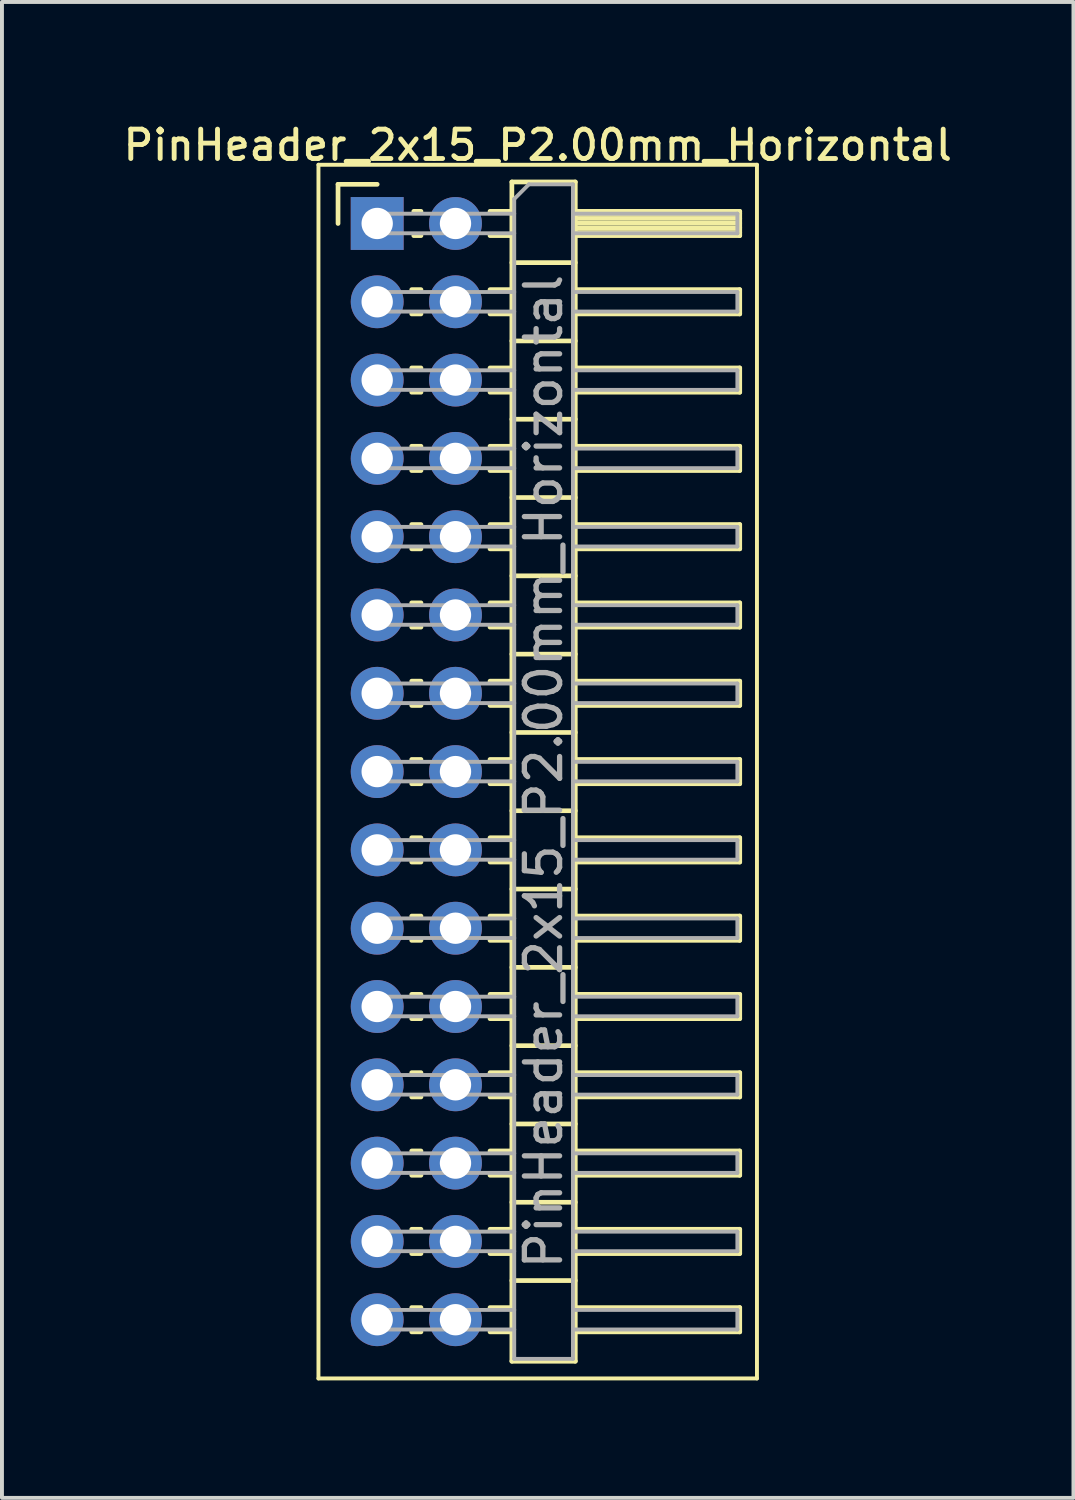
<source format=kicad_pcb>
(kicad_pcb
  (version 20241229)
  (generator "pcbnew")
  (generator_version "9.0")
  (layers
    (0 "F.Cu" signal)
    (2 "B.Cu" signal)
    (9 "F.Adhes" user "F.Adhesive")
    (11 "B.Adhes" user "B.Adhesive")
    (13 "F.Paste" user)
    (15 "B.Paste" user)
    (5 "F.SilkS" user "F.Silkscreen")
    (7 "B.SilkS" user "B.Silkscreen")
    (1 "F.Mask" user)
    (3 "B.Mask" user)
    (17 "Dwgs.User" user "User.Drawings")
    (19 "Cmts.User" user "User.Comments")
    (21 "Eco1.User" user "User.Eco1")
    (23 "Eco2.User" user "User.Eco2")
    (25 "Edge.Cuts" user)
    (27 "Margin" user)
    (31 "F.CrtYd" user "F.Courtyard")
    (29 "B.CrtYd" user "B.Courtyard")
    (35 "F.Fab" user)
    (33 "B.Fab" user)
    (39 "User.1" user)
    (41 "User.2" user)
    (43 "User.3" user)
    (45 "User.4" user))
  (footprint "PinHeader_2x15_P2.00mm_Horizontal"
    (layer "F.Cu")
    (at 6.584 2.658)
    (property "Reference" "PinHeader_2x15_P2.00mm_Horizontal" (at 4.1 -2 0) (layer "F.SilkS") (effects (font (size 0.75 0.75) (thickness 0.125))))
    (attr through_hole)
    (fp_line (start -1.5 -1.5) (end -1.5 29.5) (stroke (width 0.1) (type solid)) (layer "F.SilkS"))
    (fp_line (start -1.5 29.5) (end 9.7 29.5) (stroke (width 0.1) (type solid)) (layer "F.SilkS"))
    (fp_line (start -1 -1) (end 0 -1) (stroke (width 0.12) (type solid)) (layer "F.SilkS"))
    (fp_line (start -1 0) (end -1 -1) (stroke (width 0.12) (type solid)) (layer "F.SilkS"))
    (fp_line (start 0.882 1.69) (end 1.118 1.69) (stroke (width 0.12) (type solid)) (layer "F.SilkS"))
    (fp_line (start 0.882 2.31) (end 1.118 2.31) (stroke (width 0.12) (type solid)) (layer "F.SilkS"))
    (fp_line (start 0.882 3.69) (end 1.118 3.69) (stroke (width 0.12) (type solid)) (layer "F.SilkS"))
    (fp_line (start 0.882 4.31) (end 1.118 4.31) (stroke (width 0.12) (type solid)) (layer "F.SilkS"))
    (fp_line (start 0.882 5.69) (end 1.118 5.69) (stroke (width 0.12) (type solid)) (layer "F.SilkS"))
    (fp_line (start 0.882 6.31) (end 1.118 6.31) (stroke (width 0.12) (type solid)) (layer "F.SilkS"))
    (fp_line (start 0.882 7.69) (end 1.118 7.69) (stroke (width 0.12) (type solid)) (layer "F.SilkS"))
    (fp_line (start 0.882 8.31) (end 1.118 8.31) (stroke (width 0.12) (type solid)) (layer "F.SilkS"))
    (fp_line (start 0.882 9.69) (end 1.118 9.69) (stroke (width 0.12) (type solid)) (layer "F.SilkS"))
    (fp_line (start 0.882 10.31) (end 1.118 10.31) (stroke (width 0.12) (type solid)) (layer "F.SilkS"))
    (fp_line (start 0.882 11.69) (end 1.118 11.69) (stroke (width 0.12) (type solid)) (layer "F.SilkS"))
    (fp_line (start 0.882 12.31) (end 1.118 12.31) (stroke (width 0.12) (type solid)) (layer "F.SilkS"))
    (fp_line (start 0.882 13.69) (end 1.118 13.69) (stroke (width 0.12) (type solid)) (layer "F.SilkS"))
    (fp_line (start 0.882 14.31) (end 1.118 14.31) (stroke (width 0.12) (type solid)) (layer "F.SilkS"))
    (fp_line (start 0.882 15.69) (end 1.118 15.69) (stroke (width 0.12) (type solid)) (layer "F.SilkS"))
    (fp_line (start 0.882 16.31) (end 1.118 16.31) (stroke (width 0.12) (type solid)) (layer "F.SilkS"))
    (fp_line (start 0.882 17.69) (end 1.118 17.69) (stroke (width 0.12) (type solid)) (layer "F.SilkS"))
    (fp_line (start 0.882 18.31) (end 1.118 18.31) (stroke (width 0.12) (type solid)) (layer "F.SilkS"))
    (fp_line (start 0.882 19.69) (end 1.118 19.69) (stroke (width 0.12) (type solid)) (layer "F.SilkS"))
    (fp_line (start 0.882 20.31) (end 1.118 20.31) (stroke (width 0.12) (type solid)) (layer "F.SilkS"))
    (fp_line (start 0.882 21.69) (end 1.118 21.69) (stroke (width 0.12) (type solid)) (layer "F.SilkS"))
    (fp_line (start 0.882 22.31) (end 1.118 22.31) (stroke (width 0.12) (type solid)) (layer "F.SilkS"))
    (fp_line (start 0.882 23.69) (end 1.118 23.69) (stroke (width 0.12) (type solid)) (layer "F.SilkS"))
    (fp_line (start 0.882 24.31) (end 1.118 24.31) (stroke (width 0.12) (type solid)) (layer "F.SilkS"))
    (fp_line (start 0.882 25.69) (end 1.118 25.69) (stroke (width 0.12) (type solid)) (layer "F.SilkS"))
    (fp_line (start 0.882 26.31) (end 1.118 26.31) (stroke (width 0.12) (type solid)) (layer "F.SilkS"))
    (fp_line (start 0.882 27.69) (end 1.118 27.69) (stroke (width 0.12) (type solid)) (layer "F.SilkS"))
    (fp_line (start 0.882 28.31) (end 1.118 28.31) (stroke (width 0.12) (type solid)) (layer "F.SilkS"))
    (fp_line (start 0.935 -0.31) (end 1.118 -0.31) (stroke (width 0.12) (type solid)) (layer "F.SilkS"))
    (fp_line (start 0.935 0.31) (end 1.118 0.31) (stroke (width 0.12) (type solid)) (layer "F.SilkS"))
    (fp_line (start 2.882 -0.31) (end 3.44 -0.31) (stroke (width 0.12) (type solid)) (layer "F.SilkS"))
    (fp_line (start 2.882 0.31) (end 3.44 0.31) (stroke (width 0.12) (type solid)) (layer "F.SilkS"))
    (fp_line (start 2.882 1.69) (end 3.44 1.69) (stroke (width 0.12) (type solid)) (layer "F.SilkS"))
    (fp_line (start 2.882 2.31) (end 3.44 2.31) (stroke (width 0.12) (type solid)) (layer "F.SilkS"))
    (fp_line (start 2.882 3.69) (end 3.44 3.69) (stroke (width 0.12) (type solid)) (layer "F.SilkS"))
    (fp_line (start 2.882 4.31) (end 3.44 4.31) (stroke (width 0.12) (type solid)) (layer "F.SilkS"))
    (fp_line (start 2.882 5.69) (end 3.44 5.69) (stroke (width 0.12) (type solid)) (layer "F.SilkS"))
    (fp_line (start 2.882 6.31) (end 3.44 6.31) (stroke (width 0.12) (type solid)) (layer "F.SilkS"))
    (fp_line (start 2.882 7.69) (end 3.44 7.69) (stroke (width 0.12) (type solid)) (layer "F.SilkS"))
    (fp_line (start 2.882 8.31) (end 3.44 8.31) (stroke (width 0.12) (type solid)) (layer "F.SilkS"))
    (fp_line (start 2.882 9.69) (end 3.44 9.69) (stroke (width 0.12) (type solid)) (layer "F.SilkS"))
    (fp_line (start 2.882 10.31) (end 3.44 10.31) (stroke (width 0.12) (type solid)) (layer "F.SilkS"))
    (fp_line (start 2.882 11.69) (end 3.44 11.69) (stroke (width 0.12) (type solid)) (layer "F.SilkS"))
    (fp_line (start 2.882 12.31) (end 3.44 12.31) (stroke (width 0.12) (type solid)) (layer "F.SilkS"))
    (fp_line (start 2.882 13.69) (end 3.44 13.69) (stroke (width 0.12) (type solid)) (layer "F.SilkS"))
    (fp_line (start 2.882 14.31) (end 3.44 14.31) (stroke (width 0.12) (type solid)) (layer "F.SilkS"))
    (fp_line (start 2.882 15.69) (end 3.44 15.69) (stroke (width 0.12) (type solid)) (layer "F.SilkS"))
    (fp_line (start 2.882 16.31) (end 3.44 16.31) (stroke (width 0.12) (type solid)) (layer "F.SilkS"))
    (fp_line (start 2.882 17.69) (end 3.44 17.69) (stroke (width 0.12) (type solid)) (layer "F.SilkS"))
    (fp_line (start 2.882 18.31) (end 3.44 18.31) (stroke (width 0.12) (type solid)) (layer "F.SilkS"))
    (fp_line (start 2.882 19.69) (end 3.44 19.69) (stroke (width 0.12) (type solid)) (layer "F.SilkS"))
    (fp_line (start 2.882 20.31) (end 3.44 20.31) (stroke (width 0.12) (type solid)) (layer "F.SilkS"))
    (fp_line (start 2.882 21.69) (end 3.44 21.69) (stroke (width 0.12) (type solid)) (layer "F.SilkS"))
    (fp_line (start 2.882 22.31) (end 3.44 22.31) (stroke (width 0.12) (type solid)) (layer "F.SilkS"))
    (fp_line (start 2.882 23.69) (end 3.44 23.69) (stroke (width 0.12) (type solid)) (layer "F.SilkS"))
    (fp_line (start 2.882 24.31) (end 3.44 24.31) (stroke (width 0.12) (type solid)) (layer "F.SilkS"))
    (fp_line (start 2.882 25.69) (end 3.44 25.69) (stroke (width 0.12) (type solid)) (layer "F.SilkS"))
    (fp_line (start 2.882 26.31) (end 3.44 26.31) (stroke (width 0.12) (type solid)) (layer "F.SilkS"))
    (fp_line (start 2.882 27.69) (end 3.44 27.69) (stroke (width 0.12) (type solid)) (layer "F.SilkS"))
    (fp_line (start 2.882 28.31) (end 3.44 28.31) (stroke (width 0.12) (type solid)) (layer "F.SilkS"))
    (fp_line (start 3.44 -1.06) (end 3.44 29.06) (stroke (width 0.12) (type solid)) (layer "F.SilkS"))
    (fp_line (start 3.44 1) (end 5.06 1) (stroke (width 0.12) (type solid)) (layer "F.SilkS"))
    (fp_line (start 3.44 3) (end 5.06 3) (stroke (width 0.12) (type solid)) (layer "F.SilkS"))
    (fp_line (start 3.44 5) (end 5.06 5) (stroke (width 0.12) (type solid)) (layer "F.SilkS"))
    (fp_line (start 3.44 7) (end 5.06 7) (stroke (width 0.12) (type solid)) (layer "F.SilkS"))
    (fp_line (start 3.44 9) (end 5.06 9) (stroke (width 0.12) (type solid)) (layer "F.SilkS"))
    (fp_line (start 3.44 11) (end 5.06 11) (stroke (width 0.12) (type solid)) (layer "F.SilkS"))
    (fp_line (start 3.44 13) (end 5.06 13) (stroke (width 0.12) (type solid)) (layer "F.SilkS"))
    (fp_line (start 3.44 15) (end 5.06 15) (stroke (width 0.12) (type solid)) (layer "F.SilkS"))
    (fp_line (start 3.44 17) (end 5.06 17) (stroke (width 0.12) (type solid)) (layer "F.SilkS"))
    (fp_line (start 3.44 19) (end 5.06 19) (stroke (width 0.12) (type solid)) (layer "F.SilkS"))
    (fp_line (start 3.44 21) (end 5.06 21) (stroke (width 0.12) (type solid)) (layer "F.SilkS"))
    (fp_line (start 3.44 23) (end 5.06 23) (stroke (width 0.12) (type solid)) (layer "F.SilkS"))
    (fp_line (start 3.44 25) (end 5.06 25) (stroke (width 0.12) (type solid)) (layer "F.SilkS"))
    (fp_line (start 3.44 27) (end 5.06 27) (stroke (width 0.12) (type solid)) (layer "F.SilkS"))
    (fp_line (start 3.44 29.06) (end 5.06 29.06) (stroke (width 0.12) (type solid)) (layer "F.SilkS"))
    (fp_line (start 5.06 -1.06) (end 3.44 -1.06) (stroke (width 0.12) (type solid)) (layer "F.SilkS"))
    (fp_line (start 5.06 -0.31) (end 9.26 -0.31) (stroke (width 0.12) (type solid)) (layer "F.SilkS"))
    (fp_line (start 5.06 -0.25) (end 9.26 -0.25) (stroke (width 0.12) (type solid)) (layer "F.SilkS"))
    (fp_line (start 5.06 -0.13) (end 9.26 -0.13) (stroke (width 0.12) (type solid)) (layer "F.SilkS"))
    (fp_line (start 5.06 -0.01) (end 9.26 -0.01) (stroke (width 0.12) (type solid)) (layer "F.SilkS"))
    (fp_line (start 5.06 0.11) (end 9.26 0.11) (stroke (width 0.12) (type solid)) (layer "F.SilkS"))
    (fp_line (start 5.06 0.23) (end 9.26 0.23) (stroke (width 0.12) (type solid)) (layer "F.SilkS"))
    (fp_line (start 5.06 1.69) (end 9.26 1.69) (stroke (width 0.12) (type solid)) (layer "F.SilkS"))
    (fp_line (start 5.06 3.69) (end 9.26 3.69) (stroke (width 0.12) (type solid)) (layer "F.SilkS"))
    (fp_line (start 5.06 5.69) (end 9.26 5.69) (stroke (width 0.12) (type solid)) (layer "F.SilkS"))
    (fp_line (start 5.06 7.69) (end 9.26 7.69) (stroke (width 0.12) (type solid)) (layer "F.SilkS"))
    (fp_line (start 5.06 9.69) (end 9.26 9.69) (stroke (width 0.12) (type solid)) (layer "F.SilkS"))
    (fp_line (start 5.06 11.69) (end 9.26 11.69) (stroke (width 0.12) (type solid)) (layer "F.SilkS"))
    (fp_line (start 5.06 13.69) (end 9.26 13.69) (stroke (width 0.12) (type solid)) (layer "F.SilkS"))
    (fp_line (start 5.06 15.69) (end 9.26 15.69) (stroke (width 0.12) (type solid)) (layer "F.SilkS"))
    (fp_line (start 5.06 17.69) (end 9.26 17.69) (stroke (width 0.12) (type solid)) (layer "F.SilkS"))
    (fp_line (start 5.06 19.69) (end 9.26 19.69) (stroke (width 0.12) (type solid)) (layer "F.SilkS"))
    (fp_line (start 5.06 21.69) (end 9.26 21.69) (stroke (width 0.12) (type solid)) (layer "F.SilkS"))
    (fp_line (start 5.06 23.69) (end 9.26 23.69) (stroke (width 0.12) (type solid)) (layer "F.SilkS"))
    (fp_line (start 5.06 25.69) (end 9.26 25.69) (stroke (width 0.12) (type solid)) (layer "F.SilkS"))
    (fp_line (start 5.06 27.69) (end 9.26 27.69) (stroke (width 0.12) (type solid)) (layer "F.SilkS"))
    (fp_line (start 5.06 29.06) (end 5.06 -1.06) (stroke (width 0.12) (type solid)) (layer "F.SilkS"))
    (fp_line (start 9.26 -0.31) (end 9.26 0.31) (stroke (width 0.12) (type solid)) (layer "F.SilkS"))
    (fp_line (start 9.26 0.31) (end 5.06 0.31) (stroke (width 0.12) (type solid)) (layer "F.SilkS"))
    (fp_line (start 9.26 1.69) (end 9.26 2.31) (stroke (width 0.12) (type solid)) (layer "F.SilkS"))
    (fp_line (start 9.26 2.31) (end 5.06 2.31) (stroke (width 0.12) (type solid)) (layer "F.SilkS"))
    (fp_line (start 9.26 3.69) (end 9.26 4.31) (stroke (width 0.12) (type solid)) (layer "F.SilkS"))
    (fp_line (start 9.26 4.31) (end 5.06 4.31) (stroke (width 0.12) (type solid)) (layer "F.SilkS"))
    (fp_line (start 9.26 5.69) (end 9.26 6.31) (stroke (width 0.12) (type solid)) (layer "F.SilkS"))
    (fp_line (start 9.26 6.31) (end 5.06 6.31) (stroke (width 0.12) (type solid)) (layer "F.SilkS"))
    (fp_line (start 9.26 7.69) (end 9.26 8.31) (stroke (width 0.12) (type solid)) (layer "F.SilkS"))
    (fp_line (start 9.26 8.31) (end 5.06 8.31) (stroke (width 0.12) (type solid)) (layer "F.SilkS"))
    (fp_line (start 9.26 9.69) (end 9.26 10.31) (stroke (width 0.12) (type solid)) (layer "F.SilkS"))
    (fp_line (start 9.26 10.31) (end 5.06 10.31) (stroke (width 0.12) (type solid)) (layer "F.SilkS"))
    (fp_line (start 9.26 11.69) (end 9.26 12.31) (stroke (width 0.12) (type solid)) (layer "F.SilkS"))
    (fp_line (start 9.26 12.31) (end 5.06 12.31) (stroke (width 0.12) (type solid)) (layer "F.SilkS"))
    (fp_line (start 9.26 13.69) (end 9.26 14.31) (stroke (width 0.12) (type solid)) (layer "F.SilkS"))
    (fp_line (start 9.26 14.31) (end 5.06 14.31) (stroke (width 0.12) (type solid)) (layer "F.SilkS"))
    (fp_line (start 9.26 15.69) (end 9.26 16.31) (stroke (width 0.12) (type solid)) (layer "F.SilkS"))
    (fp_line (start 9.26 16.31) (end 5.06 16.31) (stroke (width 0.12) (type solid)) (layer "F.SilkS"))
    (fp_line (start 9.26 17.69) (end 9.26 18.31) (stroke (width 0.12) (type solid)) (layer "F.SilkS"))
    (fp_line (start 9.26 18.31) (end 5.06 18.31) (stroke (width 0.12) (type solid)) (layer "F.SilkS"))
    (fp_line (start 9.26 19.69) (end 9.26 20.31) (stroke (width 0.12) (type solid)) (layer "F.SilkS"))
    (fp_line (start 9.26 20.31) (end 5.06 20.31) (stroke (width 0.12) (type solid)) (layer "F.SilkS"))
    (fp_line (start 9.26 21.69) (end 9.26 22.31) (stroke (width 0.12) (type solid)) (layer "F.SilkS"))
    (fp_line (start 9.26 22.31) (end 5.06 22.31) (stroke (width 0.12) (type solid)) (layer "F.SilkS"))
    (fp_line (start 9.26 23.69) (end 9.26 24.31) (stroke (width 0.12) (type solid)) (layer "F.SilkS"))
    (fp_line (start 9.26 24.31) (end 5.06 24.31) (stroke (width 0.12) (type solid)) (layer "F.SilkS"))
    (fp_line (start 9.26 25.69) (end 9.26 26.31) (stroke (width 0.12) (type solid)) (layer "F.SilkS"))
    (fp_line (start 9.26 26.31) (end 5.06 26.31) (stroke (width 0.12) (type solid)) (layer "F.SilkS"))
    (fp_line (start 9.26 27.69) (end 9.26 28.31) (stroke (width 0.12) (type solid)) (layer "F.SilkS"))
    (fp_line (start 9.26 28.31) (end 5.06 28.31) (stroke (width 0.12) (type solid)) (layer "F.SilkS"))
    (fp_line (start 9.7 -1.5) (end -1.5 -1.5) (stroke (width 0.1) (type solid)) (layer "F.SilkS"))
    (fp_line (start 9.7 29.5) (end 9.7 -1.5) (stroke (width 0.1) (type solid)) (layer "F.SilkS"))
    (fp_line (start -0.25 -0.25) (end -0.25 0.25) (stroke (width 0.1) (type solid)) (layer "F.Fab"))
    (fp_line (start -0.25 -0.25) (end 3.5 -0.25) (stroke (width 0.1) (type solid)) (layer "F.Fab"))
    (fp_line (start -0.25 0.25) (end 3.5 0.25) (stroke (width 0.1) (type solid)) (layer "F.Fab"))
    (fp_line (start -0.25 1.75) (end -0.25 2.25) (stroke (width 0.1) (type solid)) (layer "F.Fab"))
    (fp_line (start -0.25 1.75) (end 3.5 1.75) (stroke (width 0.1) (type solid)) (layer "F.Fab"))
    (fp_line (start -0.25 2.25) (end 3.5 2.25) (stroke (width 0.1) (type solid)) (layer "F.Fab"))
    (fp_line (start -0.25 3.75) (end -0.25 4.25) (stroke (width 0.1) (type solid)) (layer "F.Fab"))
    (fp_line (start -0.25 3.75) (end 3.5 3.75) (stroke (width 0.1) (type solid)) (layer "F.Fab"))
    (fp_line (start -0.25 4.25) (end 3.5 4.25) (stroke (width 0.1) (type solid)) (layer "F.Fab"))
    (fp_line (start -0.25 5.75) (end -0.25 6.25) (stroke (width 0.1) (type solid)) (layer "F.Fab"))
    (fp_line (start -0.25 5.75) (end 3.5 5.75) (stroke (width 0.1) (type solid)) (layer "F.Fab"))
    (fp_line (start -0.25 6.25) (end 3.5 6.25) (stroke (width 0.1) (type solid)) (layer "F.Fab"))
    (fp_line (start -0.25 7.75) (end -0.25 8.25) (stroke (width 0.1) (type solid)) (layer "F.Fab"))
    (fp_line (start -0.25 7.75) (end 3.5 7.75) (stroke (width 0.1) (type solid)) (layer "F.Fab"))
    (fp_line (start -0.25 8.25) (end 3.5 8.25) (stroke (width 0.1) (type solid)) (layer "F.Fab"))
    (fp_line (start -0.25 9.75) (end -0.25 10.25) (stroke (width 0.1) (type solid)) (layer "F.Fab"))
    (fp_line (start -0.25 9.75) (end 3.5 9.75) (stroke (width 0.1) (type solid)) (layer "F.Fab"))
    (fp_line (start -0.25 10.25) (end 3.5 10.25) (stroke (width 0.1) (type solid)) (layer "F.Fab"))
    (fp_line (start -0.25 11.75) (end -0.25 12.25) (stroke (width 0.1) (type solid)) (layer "F.Fab"))
    (fp_line (start -0.25 11.75) (end 3.5 11.75) (stroke (width 0.1) (type solid)) (layer "F.Fab"))
    (fp_line (start -0.25 12.25) (end 3.5 12.25) (stroke (width 0.1) (type solid)) (layer "F.Fab"))
    (fp_line (start -0.25 13.75) (end -0.25 14.25) (stroke (width 0.1) (type solid)) (layer "F.Fab"))
    (fp_line (start -0.25 13.75) (end 3.5 13.75) (stroke (width 0.1) (type solid)) (layer "F.Fab"))
    (fp_line (start -0.25 14.25) (end 3.5 14.25) (stroke (width 0.1) (type solid)) (layer "F.Fab"))
    (fp_line (start -0.25 15.75) (end -0.25 16.25) (stroke (width 0.1) (type solid)) (layer "F.Fab"))
    (fp_line (start -0.25 15.75) (end 3.5 15.75) (stroke (width 0.1) (type solid)) (layer "F.Fab"))
    (fp_line (start -0.25 16.25) (end 3.5 16.25) (stroke (width 0.1) (type solid)) (layer "F.Fab"))
    (fp_line (start -0.25 17.75) (end -0.25 18.25) (stroke (width 0.1) (type solid)) (layer "F.Fab"))
    (fp_line (start -0.25 17.75) (end 3.5 17.75) (stroke (width 0.1) (type solid)) (layer "F.Fab"))
    (fp_line (start -0.25 18.25) (end 3.5 18.25) (stroke (width 0.1) (type solid)) (layer "F.Fab"))
    (fp_line (start -0.25 19.75) (end -0.25 20.25) (stroke (width 0.1) (type solid)) (layer "F.Fab"))
    (fp_line (start -0.25 19.75) (end 3.5 19.75) (stroke (width 0.1) (type solid)) (layer "F.Fab"))
    (fp_line (start -0.25 20.25) (end 3.5 20.25) (stroke (width 0.1) (type solid)) (layer "F.Fab"))
    (fp_line (start -0.25 21.75) (end -0.25 22.25) (stroke (width 0.1) (type solid)) (layer "F.Fab"))
    (fp_line (start -0.25 21.75) (end 3.5 21.75) (stroke (width 0.1) (type solid)) (layer "F.Fab"))
    (fp_line (start -0.25 22.25) (end 3.5 22.25) (stroke (width 0.1) (type solid)) (layer "F.Fab"))
    (fp_line (start -0.25 23.75) (end -0.25 24.25) (stroke (width 0.1) (type solid)) (layer "F.Fab"))
    (fp_line (start -0.25 23.75) (end 3.5 23.75) (stroke (width 0.1) (type solid)) (layer "F.Fab"))
    (fp_line (start -0.25 24.25) (end 3.5 24.25) (stroke (width 0.1) (type solid)) (layer "F.Fab"))
    (fp_line (start -0.25 25.75) (end -0.25 26.25) (stroke (width 0.1) (type solid)) (layer "F.Fab"))
    (fp_line (start -0.25 25.75) (end 3.5 25.75) (stroke (width 0.1) (type solid)) (layer "F.Fab"))
    (fp_line (start -0.25 26.25) (end 3.5 26.25) (stroke (width 0.1) (type solid)) (layer "F.Fab"))
    (fp_line (start -0.25 27.75) (end -0.25 28.25) (stroke (width 0.1) (type solid)) (layer "F.Fab"))
    (fp_line (start -0.25 27.75) (end 3.5 27.75) (stroke (width 0.1) (type solid)) (layer "F.Fab"))
    (fp_line (start -0.25 28.25) (end 3.5 28.25) (stroke (width 0.1) (type solid)) (layer "F.Fab"))
    (fp_line (start 3.5 -0.625) (end 3.875 -1) (stroke (width 0.1) (type solid)) (layer "F.Fab"))
    (fp_line (start 3.5 29) (end 3.5 -0.625) (stroke (width 0.1) (type solid)) (layer "F.Fab"))
    (fp_line (start 3.875 -1) (end 5 -1) (stroke (width 0.1) (type solid)) (layer "F.Fab"))
    (fp_line (start 5 -1) (end 5 29) (stroke (width 0.1) (type solid)) (layer "F.Fab"))
    (fp_line (start 5 -0.25) (end 9.2 -0.25) (stroke (width 0.1) (type solid)) (layer "F.Fab"))
    (fp_line (start 5 0.25) (end 9.2 0.25) (stroke (width 0.1) (type solid)) (layer "F.Fab"))
    (fp_line (start 5 1.75) (end 9.2 1.75) (stroke (width 0.1) (type solid)) (layer "F.Fab"))
    (fp_line (start 5 2.25) (end 9.2 2.25) (stroke (width 0.1) (type solid)) (layer "F.Fab"))
    (fp_line (start 5 3.75) (end 9.2 3.75) (stroke (width 0.1) (type solid)) (layer "F.Fab"))
    (fp_line (start 5 4.25) (end 9.2 4.25) (stroke (width 0.1) (type solid)) (layer "F.Fab"))
    (fp_line (start 5 5.75) (end 9.2 5.75) (stroke (width 0.1) (type solid)) (layer "F.Fab"))
    (fp_line (start 5 6.25) (end 9.2 6.25) (stroke (width 0.1) (type solid)) (layer "F.Fab"))
    (fp_line (start 5 7.75) (end 9.2 7.75) (stroke (width 0.1) (type solid)) (layer "F.Fab"))
    (fp_line (start 5 8.25) (end 9.2 8.25) (stroke (width 0.1) (type solid)) (layer "F.Fab"))
    (fp_line (start 5 9.75) (end 9.2 9.75) (stroke (width 0.1) (type solid)) (layer "F.Fab"))
    (fp_line (start 5 10.25) (end 9.2 10.25) (stroke (width 0.1) (type solid)) (layer "F.Fab"))
    (fp_line (start 5 11.75) (end 9.2 11.75) (stroke (width 0.1) (type solid)) (layer "F.Fab"))
    (fp_line (start 5 12.25) (end 9.2 12.25) (stroke (width 0.1) (type solid)) (layer "F.Fab"))
    (fp_line (start 5 13.75) (end 9.2 13.75) (stroke (width 0.1) (type solid)) (layer "F.Fab"))
    (fp_line (start 5 14.25) (end 9.2 14.25) (stroke (width 0.1) (type solid)) (layer "F.Fab"))
    (fp_line (start 5 15.75) (end 9.2 15.75) (stroke (width 0.1) (type solid)) (layer "F.Fab"))
    (fp_line (start 5 16.25) (end 9.2 16.25) (stroke (width 0.1) (type solid)) (layer "F.Fab"))
    (fp_line (start 5 17.75) (end 9.2 17.75) (stroke (width 0.1) (type solid)) (layer "F.Fab"))
    (fp_line (start 5 18.25) (end 9.2 18.25) (stroke (width 0.1) (type solid)) (layer "F.Fab"))
    (fp_line (start 5 19.75) (end 9.2 19.75) (stroke (width 0.1) (type solid)) (layer "F.Fab"))
    (fp_line (start 5 20.25) (end 9.2 20.25) (stroke (width 0.1) (type solid)) (layer "F.Fab"))
    (fp_line (start 5 21.75) (end 9.2 21.75) (stroke (width 0.1) (type solid)) (layer "F.Fab"))
    (fp_line (start 5 22.25) (end 9.2 22.25) (stroke (width 0.1) (type solid)) (layer "F.Fab"))
    (fp_line (start 5 23.75) (end 9.2 23.75) (stroke (width 0.1) (type solid)) (layer "F.Fab"))
    (fp_line (start 5 24.25) (end 9.2 24.25) (stroke (width 0.1) (type solid)) (layer "F.Fab"))
    (fp_line (start 5 25.75) (end 9.2 25.75) (stroke (width 0.1) (type solid)) (layer "F.Fab"))
    (fp_line (start 5 26.25) (end 9.2 26.25) (stroke (width 0.1) (type solid)) (layer "F.Fab"))
    (fp_line (start 5 27.75) (end 9.2 27.75) (stroke (width 0.1) (type solid)) (layer "F.Fab"))
    (fp_line (start 5 28.25) (end 9.2 28.25) (stroke (width 0.1) (type solid)) (layer "F.Fab"))
    (fp_line (start 5 29) (end 3.5 29) (stroke (width 0.1) (type solid)) (layer "F.Fab"))
    (fp_line (start 9.2 -0.25) (end 9.2 0.25) (stroke (width 0.1) (type solid)) (layer "F.Fab"))
    (fp_line (start 9.2 1.75) (end 9.2 2.25) (stroke (width 0.1) (type solid)) (layer "F.Fab"))
    (fp_line (start 9.2 3.75) (end 9.2 4.25) (stroke (width 0.1) (type solid)) (layer "F.Fab"))
    (fp_line (start 9.2 5.75) (end 9.2 6.25) (stroke (width 0.1) (type solid)) (layer "F.Fab"))
    (fp_line (start 9.2 7.75) (end 9.2 8.25) (stroke (width 0.1) (type solid)) (layer "F.Fab"))
    (fp_line (start 9.2 9.75) (end 9.2 10.25) (stroke (width 0.1) (type solid)) (layer "F.Fab"))
    (fp_line (start 9.2 11.75) (end 9.2 12.25) (stroke (width 0.1) (type solid)) (layer "F.Fab"))
    (fp_line (start 9.2 13.75) (end 9.2 14.25) (stroke (width 0.1) (type solid)) (layer "F.Fab"))
    (fp_line (start 9.2 15.75) (end 9.2 16.25) (stroke (width 0.1) (type solid)) (layer "F.Fab"))
    (fp_line (start 9.2 17.75) (end 9.2 18.25) (stroke (width 0.1) (type solid)) (layer "F.Fab"))
    (fp_line (start 9.2 19.75) (end 9.2 20.25) (stroke (width 0.1) (type solid)) (layer "F.Fab"))
    (fp_line (start 9.2 21.75) (end 9.2 22.25) (stroke (width 0.1) (type solid)) (layer "F.Fab"))
    (fp_line (start 9.2 23.75) (end 9.2 24.25) (stroke (width 0.1) (type solid)) (layer "F.Fab"))
    (fp_line (start 9.2 25.75) (end 9.2 26.25) (stroke (width 0.1) (type solid)) (layer "F.Fab"))
    (fp_line (start 9.2 27.75) (end 9.2 28.25) (stroke (width 0.1) (type solid)) (layer "F.Fab"))
    (fp_text user "${REFERENCE}" (at 4.25 14 90) (layer "F.Fab") (effects (font (size 0.9 0.9) (thickness 0.135))))
    (pad "1" thru_hole rect (at 0 0) (size 1.35 1.35) (drill 0.8) (layers "*.Cu" "*.Mask"))
    (pad "2" thru_hole oval (at 2 0) (size 1.35 1.35) (drill 0.8) (layers "*.Cu" "*.Mask"))
    (pad "3" thru_hole oval (at 0 2) (size 1.35 1.35) (drill 0.8) (layers "*.Cu" "*.Mask"))
    (pad "4" thru_hole oval (at 2 2) (size 1.35 1.35) (drill 0.8) (layers "*.Cu" "*.Mask"))
    (pad "5" thru_hole oval (at 0 4) (size 1.35 1.35) (drill 0.8) (layers "*.Cu" "*.Mask"))
    (pad "6" thru_hole oval (at 2 4) (size 1.35 1.35) (drill 0.8) (layers "*.Cu" "*.Mask"))
    (pad "7" thru_hole oval (at 0 6) (size 1.35 1.35) (drill 0.8) (layers "*.Cu" "*.Mask"))
    (pad "8" thru_hole oval (at 2 6) (size 1.35 1.35) (drill 0.8) (layers "*.Cu" "*.Mask"))
    (pad "9" thru_hole oval (at 0 8) (size 1.35 1.35) (drill 0.8) (layers "*.Cu" "*.Mask"))
    (pad "10" thru_hole oval (at 2 8) (size 1.35 1.35) (drill 0.8) (layers "*.Cu" "*.Mask"))
    (pad "11" thru_hole oval (at 0 10) (size 1.35 1.35) (drill 0.8) (layers "*.Cu" "*.Mask"))
    (pad "12" thru_hole oval (at 2 10) (size 1.35 1.35) (drill 0.8) (layers "*.Cu" "*.Mask"))
    (pad "13" thru_hole oval (at 0 12) (size 1.35 1.35) (drill 0.8) (layers "*.Cu" "*.Mask"))
    (pad "14" thru_hole oval (at 2 12) (size 1.35 1.35) (drill 0.8) (layers "*.Cu" "*.Mask"))
    (pad "15" thru_hole oval (at 0 14) (size 1.35 1.35) (drill 0.8) (layers "*.Cu" "*.Mask"))
    (pad "16" thru_hole oval (at 2 14) (size 1.35 1.35) (drill 0.8) (layers "*.Cu" "*.Mask"))
    (pad "17" thru_hole oval (at 0 16) (size 1.35 1.35) (drill 0.8) (layers "*.Cu" "*.Mask"))
    (pad "18" thru_hole oval (at 2 16) (size 1.35 1.35) (drill 0.8) (layers "*.Cu" "*.Mask"))
    (pad "19" thru_hole oval (at 0 18) (size 1.35 1.35) (drill 0.8) (layers "*.Cu" "*.Mask"))
    (pad "20" thru_hole oval (at 2 18) (size 1.35 1.35) (drill 0.8) (layers "*.Cu" "*.Mask"))
    (pad "21" thru_hole oval (at 0 20) (size 1.35 1.35) (drill 0.8) (layers "*.Cu" "*.Mask"))
    (pad "22" thru_hole oval (at 2 20) (size 1.35 1.35) (drill 0.8) (layers "*.Cu" "*.Mask"))
    (pad "23" thru_hole oval (at 0 22) (size 1.35 1.35) (drill 0.8) (layers "*.Cu" "*.Mask"))
    (pad "24" thru_hole oval (at 2 22) (size 1.35 1.35) (drill 0.8) (layers "*.Cu" "*.Mask"))
    (pad "25" thru_hole oval (at 0 24) (size 1.35 1.35) (drill 0.8) (layers "*.Cu" "*.Mask"))
    (pad "26" thru_hole oval (at 2 24) (size 1.35 1.35) (drill 0.8) (layers "*.Cu" "*.Mask"))
    (pad "27" thru_hole oval (at 0 26) (size 1.35 1.35) (drill 0.8) (layers "*.Cu" "*.Mask"))
    (pad "28" thru_hole oval (at 2 26) (size 1.35 1.35) (drill 0.8) (layers "*.Cu" "*.Mask"))
    (pad "29" thru_hole oval (at 0 28) (size 1.35 1.35) (drill 0.8) (layers "*.Cu" "*.Mask"))
    (pad "30" thru_hole oval (at 2 28) (size 1.35 1.35) (drill 0.8) (layers "*.Cu" "*.Mask")))
  (gr_rect
    (start -3 -3)
    (end 24.368 35.208)
    (stroke (width 0.1) (type default))
    (fill no)
    (layer "Edge.Cuts")))
</source>
